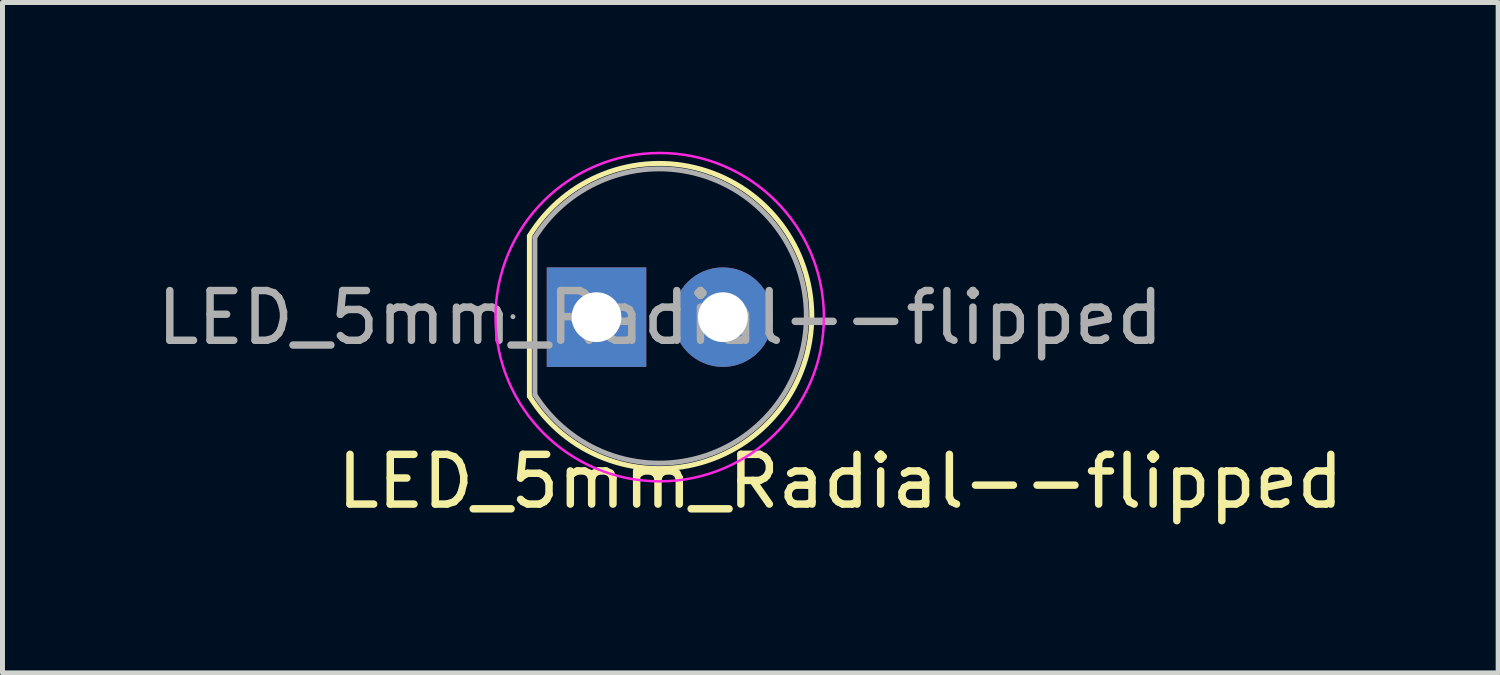
<source format=kicad_pcb>
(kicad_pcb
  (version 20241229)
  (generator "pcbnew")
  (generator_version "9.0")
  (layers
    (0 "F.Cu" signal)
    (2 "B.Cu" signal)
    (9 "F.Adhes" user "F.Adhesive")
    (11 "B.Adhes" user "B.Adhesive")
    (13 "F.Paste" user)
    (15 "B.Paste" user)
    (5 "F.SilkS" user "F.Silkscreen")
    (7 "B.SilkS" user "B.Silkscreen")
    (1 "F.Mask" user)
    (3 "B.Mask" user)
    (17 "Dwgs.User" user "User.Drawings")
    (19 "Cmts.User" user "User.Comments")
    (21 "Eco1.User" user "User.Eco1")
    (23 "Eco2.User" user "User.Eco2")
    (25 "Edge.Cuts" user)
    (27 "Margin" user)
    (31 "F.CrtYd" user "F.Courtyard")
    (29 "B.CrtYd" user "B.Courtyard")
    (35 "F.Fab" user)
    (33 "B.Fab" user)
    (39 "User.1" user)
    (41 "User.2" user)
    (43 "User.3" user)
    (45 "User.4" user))
  (footprint "LED_5mm_Radial--flipped"
    (layer "F.Cu")
    (at 11.48 3.325)
    (property "Reference" "LED_5mm_Radial--flipped" (at 2.362 3.302 0) (layer "F.SilkS") (effects (font (size 1 1) (thickness 0.15))))
    (attr through_hole)
    (fp_line (start -3.889 -1.623) (end -3.889 1.587) (stroke (width 0.1) (type solid)) (layer "F.SilkS"))
    (fp_arc (start -3.891106 -1.630381) (mid 1.787238 -0.024808) (end -3.889388 1.58683) (stroke (width 0.1) (type solid)) (layer "F.SilkS"))
    (fp_circle (center -1.27 0) (end -4.57 0) (stroke (width 0.05) (type solid)) (fill no) (layer "F.CrtYd"))
    (fp_line (start -4.22 -0.01) (end -4.22 -0.01) (stroke (width 0.1) (type solid)) (layer "F.Fab"))
    (fp_line (start -3.779 1.557) (end -3.779 -1.603) (stroke (width 0.1) (type solid)) (layer "F.Fab"))
    (fp_arc (start -3.779388 -1.60317) (mid 1.678043 -0.02317) (end -3.779388 1.55683) (stroke (width 0.1) (type solid)) (layer "F.Fab"))
    (fp_text user "${REFERENCE}" (at -1.26 0.01 0) (layer "F.Fab") (effects (font (size 1 1) (thickness 0.15))))
    (pad "1" thru_hole rect (at -2.54 0) (size 2 2) (drill 1) (layers "*.Cu" "*.Mask"))
    (pad "2" thru_hole circle (at 0 0) (size 2 2) (drill 1) (layers "*.Cu" "*.Mask")))
  (gr_rect
    (start -3 -3)
    (end 27.063 10.475)
    (stroke (width 0.1) (type default))
    (fill no)
    (layer "Edge.Cuts")))
</source>
